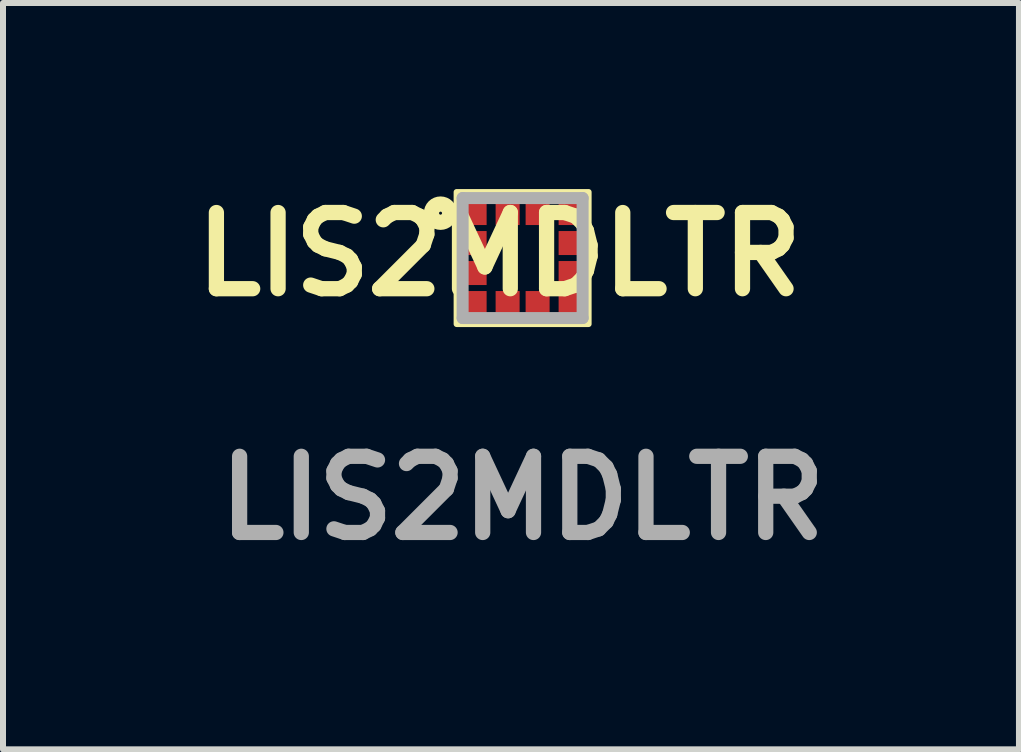
<source format=kicad_pcb>
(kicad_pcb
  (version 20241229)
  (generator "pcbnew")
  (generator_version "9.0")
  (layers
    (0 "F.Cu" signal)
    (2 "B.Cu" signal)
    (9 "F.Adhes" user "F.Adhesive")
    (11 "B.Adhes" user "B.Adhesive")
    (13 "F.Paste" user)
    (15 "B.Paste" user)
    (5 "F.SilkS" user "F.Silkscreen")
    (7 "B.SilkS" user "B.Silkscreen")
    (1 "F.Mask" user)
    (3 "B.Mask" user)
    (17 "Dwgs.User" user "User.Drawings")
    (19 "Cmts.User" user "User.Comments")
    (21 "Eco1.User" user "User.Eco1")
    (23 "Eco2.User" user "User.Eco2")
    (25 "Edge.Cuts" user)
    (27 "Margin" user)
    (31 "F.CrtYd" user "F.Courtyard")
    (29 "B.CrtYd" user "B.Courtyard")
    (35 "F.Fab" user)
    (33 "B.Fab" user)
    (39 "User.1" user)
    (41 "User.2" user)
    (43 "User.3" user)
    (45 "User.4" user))
  (footprint "LIS2MDLTR"
    (layer "F.Cu")
    (at 5.661 1.251)
    (property "Reference" "LIS2MDLTR" (at -0.387 -0.063 0) (layer "F.SilkS") (effects (font (size 1.27 1.27) (thickness 0.254))))
    (attr smd)
    (fp_rect (start -1.1 -1.1) (end 1.1 1.1) (stroke (width 0.1) (type default)) (fill no) (layer "F.SilkS"))
    (fp_circle (center -1.368 -0.748) (end -1.368 -0.723) (stroke (width 0.254) (type solid)) (fill no) (layer "F.SilkS"))
    (fp_line (start -1 -1) (end 1 -1) (stroke (width 0.2) (type solid)) (layer "F.Fab"))
    (fp_line (start -1 1) (end -1 -1) (stroke (width 0.2) (type solid)) (layer "F.Fab"))
    (fp_line (start 1 -1) (end 1 1) (stroke (width 0.2) (type solid)) (layer "F.Fab"))
    (fp_line (start 1 1) (end -1 1) (stroke (width 0.2) (type solid)) (layer "F.Fab"))
    (fp_text user "${REFERENCE}" (at 0 4 0) (layer "F.Fab") (effects (font (size 1.27 1.27) (thickness 0.254))))
    (pad "1" smd rect (at -0.8 -0.75 90) (size 0.4 0.4) (layers "F.Cu" "F.Mask" "F.Paste"))
    (pad "2" smd rect (at -0.8 -0.25 90) (size 0.4 0.4) (layers "F.Cu" "F.Mask" "F.Paste"))
    (pad "3" smd rect (at -0.8 0.25 90) (size 0.4 0.4) (layers "F.Cu" "F.Mask" "F.Paste"))
    (pad "4" smd rect (at -0.8 0.75 90) (size 0.4 0.4) (layers "F.Cu" "F.Mask" "F.Paste"))
    (pad "5" smd rect (at -0.25 0.75 90) (size 0.4 0.4) (layers "F.Cu" "F.Mask" "F.Paste"))
    (pad "6" smd rect (at 0.25 0.75 90) (size 0.4 0.4) (layers "F.Cu" "F.Mask" "F.Paste"))
    (pad "7" smd rect (at 0.8 0.75 90) (size 0.4 0.4) (layers "F.Cu" "F.Mask" "F.Paste"))
    (pad "8" smd rect (at 0.8 0.25 90) (size 0.4 0.4) (layers "F.Cu" "F.Mask" "F.Paste"))
    (pad "9" smd rect (at 0.8 -0.25 90) (size 0.4 0.4) (layers "F.Cu" "F.Mask" "F.Paste"))
    (pad "10" smd rect (at 0.8 -0.75 90) (size 0.4 0.4) (layers "F.Cu" "F.Mask" "F.Paste"))
    (pad "11" smd rect (at 0.25 -0.75 90) (size 0.4 0.4) (layers "F.Cu" "F.Mask" "F.Paste"))
    (pad "12" smd rect (at -0.25 -0.75 90) (size 0.4 0.4) (layers "F.Cu" "F.Mask" "F.Paste")))
  (gr_rect
    (start -3 -3)
    (end 13.934 9.44)
    (stroke (width 0.1) (type default))
    (fill no)
    (layer "Edge.Cuts")))
</source>
